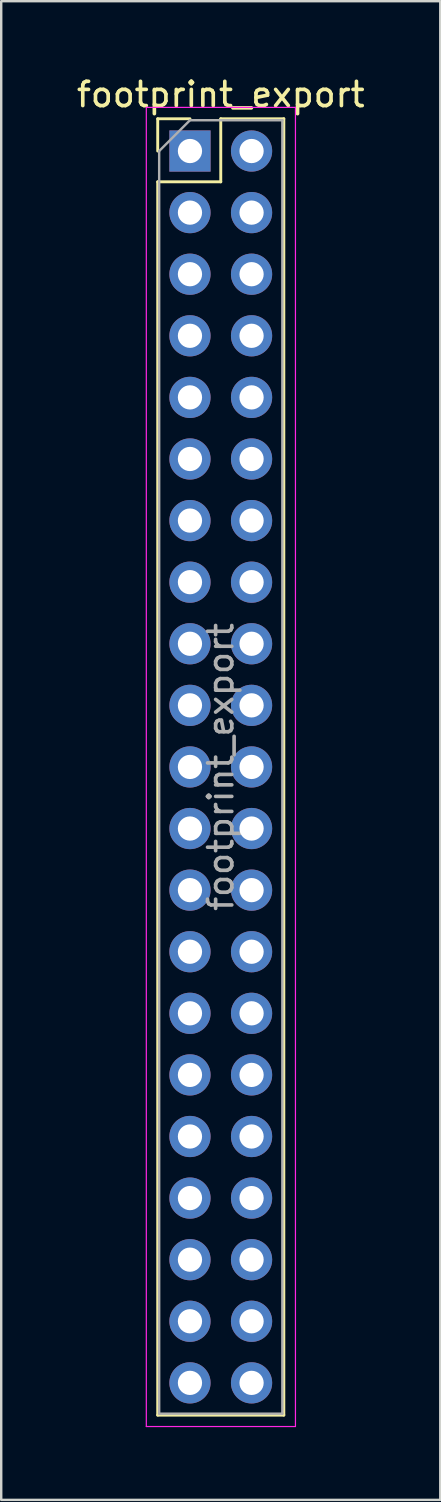
<source format=kicad_pcb>
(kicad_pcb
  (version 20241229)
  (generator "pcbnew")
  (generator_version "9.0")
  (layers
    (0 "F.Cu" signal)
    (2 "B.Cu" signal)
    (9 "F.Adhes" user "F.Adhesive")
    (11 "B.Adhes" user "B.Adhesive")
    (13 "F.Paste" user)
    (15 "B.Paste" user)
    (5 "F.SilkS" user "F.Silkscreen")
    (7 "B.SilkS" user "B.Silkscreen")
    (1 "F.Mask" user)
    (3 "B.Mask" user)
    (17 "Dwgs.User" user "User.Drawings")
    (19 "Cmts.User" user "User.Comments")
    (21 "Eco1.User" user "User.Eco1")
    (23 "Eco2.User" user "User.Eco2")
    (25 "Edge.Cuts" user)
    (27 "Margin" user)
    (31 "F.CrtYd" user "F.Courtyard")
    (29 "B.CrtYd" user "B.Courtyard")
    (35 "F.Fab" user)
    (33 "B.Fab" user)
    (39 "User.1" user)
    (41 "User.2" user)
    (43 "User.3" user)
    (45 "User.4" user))
  (footprint "footprint_export"
    (layer "F.Cu")
    (at 4.784 3.178)
    (property "Reference" "footprint_export" (at 1.27 -2.33 0) (layer "F.SilkS") (effects (font (size 1 1) (thickness 0.15))))
    (attr through_hole)
    (fp_line (start -1.33 -1.33) (end 0 -1.33) (stroke (width 0.12) (type solid)) (layer "F.SilkS"))
    (fp_line (start -1.33 0) (end -1.33 -1.33) (stroke (width 0.12) (type solid)) (layer "F.SilkS"))
    (fp_line (start -1.33 1.27) (end -1.33 52.13) (stroke (width 0.12) (type solid)) (layer "F.SilkS"))
    (fp_line (start -1.33 1.27) (end 1.27 1.27) (stroke (width 0.12) (type solid)) (layer "F.SilkS"))
    (fp_line (start -1.33 52.13) (end 3.87 52.13) (stroke (width 0.12) (type solid)) (layer "F.SilkS"))
    (fp_line (start 1.27 -1.33) (end 3.87 -1.33) (stroke (width 0.12) (type solid)) (layer "F.SilkS"))
    (fp_line (start 1.27 1.27) (end 1.27 -1.33) (stroke (width 0.12) (type solid)) (layer "F.SilkS"))
    (fp_line (start 3.87 -1.33) (end 3.87 52.13) (stroke (width 0.12) (type solid)) (layer "F.SilkS"))
    (fp_line (start -1.8 -1.8) (end -1.8 52.6) (stroke (width 0.05) (type solid)) (layer "F.CrtYd"))
    (fp_line (start -1.8 52.6) (end 4.35 52.6) (stroke (width 0.05) (type solid)) (layer "F.CrtYd"))
    (fp_line (start 4.35 -1.8) (end -1.8 -1.8) (stroke (width 0.05) (type solid)) (layer "F.CrtYd"))
    (fp_line (start 4.35 52.6) (end 4.35 -1.8) (stroke (width 0.05) (type solid)) (layer "F.CrtYd"))
    (fp_line (start -1.27 0) (end 0 -1.27) (stroke (width 0.1) (type solid)) (layer "F.Fab"))
    (fp_line (start -1.27 52.07) (end -1.27 0) (stroke (width 0.1) (type solid)) (layer "F.Fab"))
    (fp_line (start 0 -1.27) (end 3.81 -1.27) (stroke (width 0.1) (type solid)) (layer "F.Fab"))
    (fp_line (start 3.81 -1.27) (end 3.81 52.07) (stroke (width 0.1) (type solid)) (layer "F.Fab"))
    (fp_line (start 3.81 52.07) (end -1.27 52.07) (stroke (width 0.1) (type solid)) (layer "F.Fab"))
    (fp_text user "${REFERENCE}" (at 1.27 25.4 90) (layer "F.Fab") (effects (font (size 1 1) (thickness 0.15))))
    (pad "1" thru_hole rect (at 0 0) (size 1.7 1.7) (drill 1) (layers "*.Cu" "*.Mask"))
    (pad "2" thru_hole oval (at 2.54 0) (size 1.7 1.7) (drill 1) (layers "*.Cu" "*.Mask"))
    (pad "3" thru_hole oval (at 0 2.54) (size 1.7 1.7) (drill 1) (layers "*.Cu" "*.Mask"))
    (pad "4" thru_hole oval (at 2.54 2.54) (size 1.7 1.7) (drill 1) (layers "*.Cu" "*.Mask"))
    (pad "5" thru_hole oval (at 0 5.08) (size 1.7 1.7) (drill 1) (layers "*.Cu" "*.Mask"))
    (pad "6" thru_hole oval (at 2.54 5.08) (size 1.7 1.7) (drill 1) (layers "*.Cu" "*.Mask"))
    (pad "7" thru_hole oval (at 0 7.62) (size 1.7 1.7) (drill 1) (layers "*.Cu" "*.Mask"))
    (pad "8" thru_hole oval (at 2.54 7.62) (size 1.7 1.7) (drill 1) (layers "*.Cu" "*.Mask"))
    (pad "9" thru_hole oval (at 0 10.16) (size 1.7 1.7) (drill 1) (layers "*.Cu" "*.Mask"))
    (pad "10" thru_hole oval (at 2.54 10.16) (size 1.7 1.7) (drill 1) (layers "*.Cu" "*.Mask"))
    (pad "11" thru_hole oval (at 0 12.7) (size 1.7 1.7) (drill 1) (layers "*.Cu" "*.Mask"))
    (pad "12" thru_hole oval (at 2.54 12.7) (size 1.7 1.7) (drill 1) (layers "*.Cu" "*.Mask"))
    (pad "13" thru_hole oval (at 0 15.24) (size 1.7 1.7) (drill 1) (layers "*.Cu" "*.Mask"))
    (pad "14" thru_hole oval (at 2.54 15.24) (size 1.7 1.7) (drill 1) (layers "*.Cu" "*.Mask"))
    (pad "15" thru_hole oval (at 0 17.78) (size 1.7 1.7) (drill 1) (layers "*.Cu" "*.Mask"))
    (pad "16" thru_hole oval (at 2.54 17.78) (size 1.7 1.7) (drill 1) (layers "*.Cu" "*.Mask"))
    (pad "17" thru_hole oval (at 0 20.32) (size 1.7 1.7) (drill 1) (layers "*.Cu" "*.Mask"))
    (pad "18" thru_hole oval (at 2.54 20.32) (size 1.7 1.7) (drill 1) (layers "*.Cu" "*.Mask"))
    (pad "19" thru_hole oval (at 0 22.86) (size 1.7 1.7) (drill 1) (layers "*.Cu" "*.Mask"))
    (pad "20" thru_hole oval (at 2.54 22.86) (size 1.7 1.7) (drill 1) (layers "*.Cu" "*.Mask"))
    (pad "21" thru_hole oval (at 0 25.4) (size 1.7 1.7) (drill 1) (layers "*.Cu" "*.Mask"))
    (pad "22" thru_hole oval (at 2.54 25.4) (size 1.7 1.7) (drill 1) (layers "*.Cu" "*.Mask"))
    (pad "23" thru_hole oval (at 0 27.94) (size 1.7 1.7) (drill 1) (layers "*.Cu" "*.Mask"))
    (pad "24" thru_hole oval (at 2.54 27.94) (size 1.7 1.7) (drill 1) (layers "*.Cu" "*.Mask"))
    (pad "25" thru_hole oval (at 0 30.48) (size 1.7 1.7) (drill 1) (layers "*.Cu" "*.Mask"))
    (pad "26" thru_hole oval (at 2.54 30.48) (size 1.7 1.7) (drill 1) (layers "*.Cu" "*.Mask"))
    (pad "27" thru_hole oval (at 0 33.02) (size 1.7 1.7) (drill 1) (layers "*.Cu" "*.Mask"))
    (pad "28" thru_hole oval (at 2.54 33.02) (size 1.7 1.7) (drill 1) (layers "*.Cu" "*.Mask"))
    (pad "29" thru_hole oval (at 0 35.56) (size 1.7 1.7) (drill 1) (layers "*.Cu" "*.Mask"))
    (pad "30" thru_hole oval (at 2.54 35.56) (size 1.7 1.7) (drill 1) (layers "*.Cu" "*.Mask"))
    (pad "31" thru_hole oval (at 0 38.1) (size 1.7 1.7) (drill 1) (layers "*.Cu" "*.Mask"))
    (pad "32" thru_hole oval (at 2.54 38.1) (size 1.7 1.7) (drill 1) (layers "*.Cu" "*.Mask"))
    (pad "33" thru_hole oval (at 0 40.64) (size 1.7 1.7) (drill 1) (layers "*.Cu" "*.Mask"))
    (pad "34" thru_hole oval (at 2.54 40.64) (size 1.7 1.7) (drill 1) (layers "*.Cu" "*.Mask"))
    (pad "35" thru_hole oval (at 0 43.18) (size 1.7 1.7) (drill 1) (layers "*.Cu" "*.Mask"))
    (pad "36" thru_hole oval (at 2.54 43.18) (size 1.7 1.7) (drill 1) (layers "*.Cu" "*.Mask"))
    (pad "37" thru_hole oval (at 0 45.72) (size 1.7 1.7) (drill 1) (layers "*.Cu" "*.Mask"))
    (pad "38" thru_hole oval (at 2.54 45.72) (size 1.7 1.7) (drill 1) (layers "*.Cu" "*.Mask"))
    (pad "39" thru_hole oval (at 0 48.26) (size 1.7 1.7) (drill 1) (layers "*.Cu" "*.Mask"))
    (pad "40" thru_hole oval (at 2.54 48.26) (size 1.7 1.7) (drill 1) (layers "*.Cu" "*.Mask"))
    (pad "41" thru_hole oval (at 0 50.8) (size 1.7 1.7) (drill 1) (layers "*.Cu" "*.Mask"))
    (pad "42" thru_hole oval (at 2.54 50.8) (size 1.7 1.7) (drill 1) (layers "*.Cu" "*.Mask")))
  (gr_rect
    (start -3 -3)
    (end 15.107 58.803)
    (stroke (width 0.1) (type default))
    (fill no)
    (layer "Edge.Cuts")))
</source>
